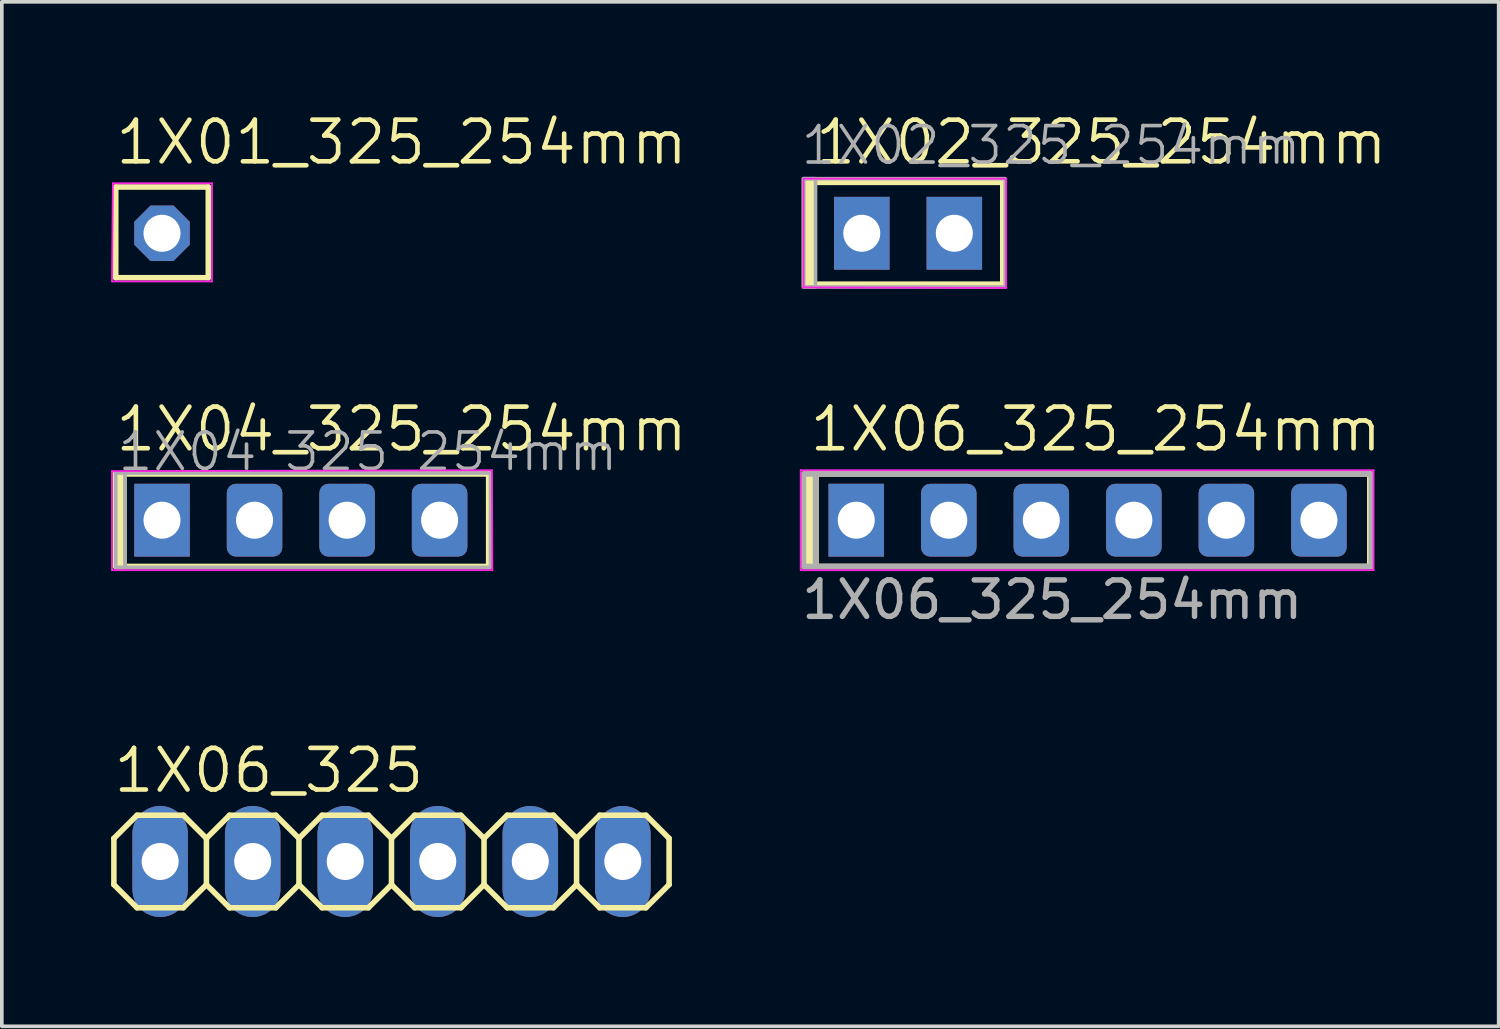
<source format=kicad_pcb>
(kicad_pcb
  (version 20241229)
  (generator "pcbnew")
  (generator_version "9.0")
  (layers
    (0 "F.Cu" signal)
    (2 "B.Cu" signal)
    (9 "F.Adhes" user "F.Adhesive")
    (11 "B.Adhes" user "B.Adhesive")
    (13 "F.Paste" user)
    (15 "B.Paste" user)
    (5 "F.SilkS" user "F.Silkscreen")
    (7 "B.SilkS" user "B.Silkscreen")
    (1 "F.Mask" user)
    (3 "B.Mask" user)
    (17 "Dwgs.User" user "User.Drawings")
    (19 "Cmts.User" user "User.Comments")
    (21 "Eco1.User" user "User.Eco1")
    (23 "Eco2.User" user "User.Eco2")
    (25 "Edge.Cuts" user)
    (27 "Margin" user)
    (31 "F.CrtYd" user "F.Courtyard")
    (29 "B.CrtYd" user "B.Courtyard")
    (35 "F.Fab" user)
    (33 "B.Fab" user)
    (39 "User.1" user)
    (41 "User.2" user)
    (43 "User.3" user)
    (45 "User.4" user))
  (footprint "1X01_325_254mm"
    (layer "F.Cu")
    (at 1.397 3.353)
    (property "Reference" "1X01_325_254mm" (at -1.346 -1.829 0) (unlocked yes) (layer "F.SilkS") (effects (font (size 1.143 1.143) (thickness 0.127)) (justify left bottom)))
    (attr through_hole)
    (fp_line (start -1.27 -1.27) (end -1.27 1.219) (stroke (width 0.152) (type solid)) (layer "F.SilkS"))
    (fp_line (start -1.27 -1.27) (end 1.27 -1.27) (stroke (width 0.152) (type solid)) (layer "F.SilkS"))
    (fp_line (start 1.27 -1.27) (end 1.27 1.219) (stroke (width 0.152) (type solid)) (layer "F.SilkS"))
    (fp_line (start 1.27 1.219) (end -1.27 1.219) (stroke (width 0.152) (type solid)) (layer "F.SilkS"))
    (fp_line (start -1.372 1.321) (end -1.348 -1.372) (stroke (width 0.05) (type default)) (layer "F.CrtYd"))
    (fp_line (start -1.348 -1.372) (end 1.372 -1.372) (stroke (width 0.05) (type default)) (layer "F.CrtYd"))
    (fp_line (start 1.372 -1.372) (end 1.372 1.321) (stroke (width 0.05) (type default)) (layer "F.CrtYd"))
    (fp_line (start 1.372 1.321) (end -1.372 1.321) (stroke (width 0.05) (type default)) (layer "F.CrtYd"))
    (fp_poly (pts (xy -0.254 0.254) (xy 0.254 0.254) (xy 0.254 -0.254) (xy -0.254 -0.254)) (stroke (width 0.1) (type default)) (fill no) (layer "F.Fab"))
    (pad "1" thru_hole roundrect (at 0 0) (size 1.524 1.524) (drill 1.016) (layers "*.Cu" "*.Mask") (roundrect_rratio 0.25) (chamfer_ratio 0.293) (chamfer top_left top_right bottom_left bottom_right)))
  (footprint "1X06_325_254mm"
    (layer "F.Cu")
    (at 26.803 11.229)
    (property "Reference" "1X06_325_254mm" (at -7.696 -1.829 0) (unlocked yes) (layer "F.SilkS") (effects (font (size 1.143 1.143) (thickness 0.127)) (justify left bottom)))
    (attr through_hole)
    (fp_line (start -7.455 -1.27) (end 7.747 -1.27) (stroke (width 0.152) (type solid)) (layer "F.SilkS"))
    (fp_line (start 7.747 -1.27) (end 7.747 1.27) (stroke (width 0.152) (type solid)) (layer "F.SilkS"))
    (fp_line (start 7.747 1.27) (end -7.455 1.27) (stroke (width 0.152) (type solid)) (layer "F.SilkS"))
    (fp_rect (start -7.785 -1.27) (end -7.455 1.27) (stroke (width 0.152) (type solid)) (fill yes) (layer "F.SilkS"))
    (fp_line (start -7.874 -1.372) (end 7.849 -1.372) (stroke (width 0.05) (type default)) (layer "F.CrtYd"))
    (fp_line (start -7.874 1.372) (end -7.874 -1.372) (stroke (width 0.05) (type default)) (layer "F.CrtYd"))
    (fp_line (start 7.849 -1.372) (end 7.849 1.372) (stroke (width 0.05) (type default)) (layer "F.CrtYd"))
    (fp_line (start 7.849 1.372) (end -7.874 1.372) (stroke (width 0.05) (type default)) (layer "F.CrtYd"))
    (fp_line (start -7.417 -1.27) (end 7.785 -1.27) (stroke (width 0.152) (type solid)) (layer "F.Fab"))
    (fp_line (start 7.785 -1.27) (end 7.785 1.27) (stroke (width 0.152) (type solid)) (layer "F.Fab"))
    (fp_line (start 7.785 1.27) (end -7.417 1.27) (stroke (width 0.152) (type solid)) (layer "F.Fab"))
    (fp_rect (start -7.798 -1.27) (end -7.468 1.27) (stroke (width 0.152) (type solid)) (fill no) (layer "F.Fab"))
    (fp_poly (pts (xy -6.604 0.254) (xy -6.096 0.254) (xy -6.096 -0.254) (xy -6.604 -0.254)) (stroke (width 0.1) (type default)) (fill no) (layer "F.Fab"))
    (fp_text user "${REFERENCE}" (at -7.925 2.769 0) (unlocked yes) (layer "F.Fab") (effects (font (size 1 1) (thickness 0.15)) (justify left bottom)))
    (pad "1" thru_hole rect (at -6.35 0 90) (size 2 1.524) (drill 1.016) (layers "*.Cu" "*.Mask"))
    (pad "2" thru_hole roundrect (at -3.81 0 90) (size 2 1.524) (drill 1.016) (layers "*.Cu" "*.Mask") (roundrect_rratio 0.164))
    (pad "3" thru_hole roundrect (at -1.27 0 90) (size 2 1.524) (drill 1.016) (layers "*.Cu" "*.Mask") (roundrect_rratio 0.164))
    (pad "4" thru_hole roundrect (at 1.27 0 90) (size 2 1.524) (drill 1.016) (layers "*.Cu" "*.Mask") (roundrect_rratio 0.164))
    (pad "5" thru_hole roundrect (at 3.81 0 90) (size 2 1.524) (drill 1.016) (layers "*.Cu" "*.Mask") (roundrect_rratio 0.164))
    (pad "6" thru_hole roundrect (at 6.35 0 90) (size 2 1.524) (drill 1.016) (layers "*.Cu" "*.Mask") (roundrect_rratio 0.164)))
  (footprint "1X06_325"
    (layer "F.Cu")
    (at 7.696 20.597)
    (property "Reference" "1X06_325" (at -7.696 -1.829 0) (unlocked yes) (layer "F.SilkS") (effects (font (size 1.143 1.143) (thickness 0.127)) (justify left bottom)))
    (fp_line (start -7.62 -0.635) (end -7.62 0.635) (stroke (width 0.152) (type solid)) (layer "F.SilkS"))
    (fp_line (start -7.62 0.635) (end -6.985 1.27) (stroke (width 0.152) (type solid)) (layer "F.SilkS"))
    (fp_line (start -6.985 -1.27) (end -7.62 -0.635) (stroke (width 0.152) (type solid)) (layer "F.SilkS"))
    (fp_line (start -6.985 -1.27) (end -5.715 -1.27) (stroke (width 0.152) (type solid)) (layer "F.SilkS"))
    (fp_line (start -5.715 -1.27) (end -5.08 -0.635) (stroke (width 0.152) (type solid)) (layer "F.SilkS"))
    (fp_line (start -5.715 1.27) (end -6.985 1.27) (stroke (width 0.152) (type solid)) (layer "F.SilkS"))
    (fp_line (start -5.08 -0.635) (end -5.08 0.635) (stroke (width 0.152) (type solid)) (layer "F.SilkS"))
    (fp_line (start -5.08 -0.635) (end -4.445 -1.27) (stroke (width 0.152) (type solid)) (layer "F.SilkS"))
    (fp_line (start -5.08 0.635) (end -5.715 1.27) (stroke (width 0.152) (type solid)) (layer "F.SilkS"))
    (fp_line (start -4.445 -1.27) (end -3.175 -1.27) (stroke (width 0.152) (type solid)) (layer "F.SilkS"))
    (fp_line (start -4.445 1.27) (end -5.08 0.635) (stroke (width 0.152) (type solid)) (layer "F.SilkS"))
    (fp_line (start -3.175 -1.27) (end -2.54 -0.635) (stroke (width 0.152) (type solid)) (layer "F.SilkS"))
    (fp_line (start -3.175 1.27) (end -4.445 1.27) (stroke (width 0.152) (type solid)) (layer "F.SilkS"))
    (fp_line (start -2.54 -0.635) (end -2.54 0.635) (stroke (width 0.152) (type solid)) (layer "F.SilkS"))
    (fp_line (start -2.54 -0.635) (end -1.905 -1.27) (stroke (width 0.152) (type solid)) (layer "F.SilkS"))
    (fp_line (start -2.54 0.635) (end -3.175 1.27) (stroke (width 0.152) (type solid)) (layer "F.SilkS"))
    (fp_line (start -1.905 -1.27) (end -0.635 -1.27) (stroke (width 0.152) (type solid)) (layer "F.SilkS"))
    (fp_line (start -1.905 1.27) (end -2.54 0.635) (stroke (width 0.152) (type solid)) (layer "F.SilkS"))
    (fp_line (start -0.635 -1.27) (end 0 -0.635) (stroke (width 0.152) (type solid)) (layer "F.SilkS"))
    (fp_line (start -0.635 1.27) (end -1.905 1.27) (stroke (width 0.152) (type solid)) (layer "F.SilkS"))
    (fp_line (start 0 -0.635) (end 0 0.635) (stroke (width 0.152) (type solid)) (layer "F.SilkS"))
    (fp_line (start 0 0.635) (end -0.635 1.27) (stroke (width 0.152) (type solid)) (layer "F.SilkS"))
    (fp_line (start 0 0.635) (end 0.635 1.27) (stroke (width 0.152) (type solid)) (layer "F.SilkS"))
    (fp_line (start 0.635 -1.27) (end 0 -0.635) (stroke (width 0.152) (type solid)) (layer "F.SilkS"))
    (fp_line (start 0.635 -1.27) (end 1.905 -1.27) (stroke (width 0.152) (type solid)) (layer "F.SilkS"))
    (fp_line (start 1.905 -1.27) (end 2.54 -0.635) (stroke (width 0.152) (type solid)) (layer "F.SilkS"))
    (fp_line (start 1.905 1.27) (end 0.635 1.27) (stroke (width 0.152) (type solid)) (layer "F.SilkS"))
    (fp_line (start 2.54 -0.635) (end 2.54 0.635) (stroke (width 0.152) (type solid)) (layer "F.SilkS"))
    (fp_line (start 2.54 -0.635) (end 3.175 -1.27) (stroke (width 0.152) (type solid)) (layer "F.SilkS"))
    (fp_line (start 2.54 0.635) (end 1.905 1.27) (stroke (width 0.152) (type solid)) (layer "F.SilkS"))
    (fp_line (start 3.175 -1.27) (end 4.445 -1.27) (stroke (width 0.152) (type solid)) (layer "F.SilkS"))
    (fp_line (start 3.175 1.27) (end 2.54 0.635) (stroke (width 0.152) (type solid)) (layer "F.SilkS"))
    (fp_line (start 4.445 -1.27) (end 5.08 -0.635) (stroke (width 0.152) (type solid)) (layer "F.SilkS"))
    (fp_line (start 4.445 1.27) (end 3.175 1.27) (stroke (width 0.152) (type solid)) (layer "F.SilkS"))
    (fp_line (start 5.08 -0.635) (end 5.08 0.635) (stroke (width 0.152) (type solid)) (layer "F.SilkS"))
    (fp_line (start 5.08 0.635) (end 4.445 1.27) (stroke (width 0.152) (type solid)) (layer "F.SilkS"))
    (fp_line (start 5.08 0.635) (end 5.715 1.27) (stroke (width 0.152) (type solid)) (layer "F.SilkS"))
    (fp_line (start 5.715 -1.27) (end 5.08 -0.635) (stroke (width 0.152) (type solid)) (layer "F.SilkS"))
    (fp_line (start 5.715 -1.27) (end 6.985 -1.27) (stroke (width 0.152) (type solid)) (layer "F.SilkS"))
    (fp_line (start 6.985 -1.27) (end 7.62 -0.635) (stroke (width 0.152) (type solid)) (layer "F.SilkS"))
    (fp_line (start 6.985 1.27) (end 5.715 1.27) (stroke (width 0.152) (type solid)) (layer "F.SilkS"))
    (fp_line (start 7.62 -0.635) (end 7.62 0.635) (stroke (width 0.152) (type solid)) (layer "F.SilkS"))
    (fp_line (start 7.62 0.635) (end 6.985 1.27) (stroke (width 0.152) (type solid)) (layer "F.SilkS"))
    (fp_poly (pts (xy -6.604 0.254) (xy -6.096 0.254) (xy -6.096 -0.254) (xy -6.604 -0.254)) (stroke (width 0.1) (type default)) (fill no) (layer "F.Fab"))
    (fp_poly (pts (xy -4.064 0.254) (xy -3.556 0.254) (xy -3.556 -0.254) (xy -4.064 -0.254)) (stroke (width 0.1) (type default)) (fill no) (layer "F.Fab"))
    (fp_poly (pts (xy -1.524 0.254) (xy -1.016 0.254) (xy -1.016 -0.254) (xy -1.524 -0.254)) (stroke (width 0.1) (type default)) (fill no) (layer "F.Fab"))
    (fp_poly (pts (xy 1.016 0.254) (xy 1.524 0.254) (xy 1.524 -0.254) (xy 1.016 -0.254)) (stroke (width 0.1) (type default)) (fill no) (layer "F.Fab"))
    (fp_poly (pts (xy 3.556 0.254) (xy 4.064 0.254) (xy 4.064 -0.254) (xy 3.556 -0.254)) (stroke (width 0.1) (type default)) (fill no) (layer "F.Fab"))
    (fp_poly (pts (xy 6.096 0.254) (xy 6.604 0.254) (xy 6.604 -0.254) (xy 6.096 -0.254)) (stroke (width 0.1) (type default)) (fill no) (layer "F.Fab"))
    (pad "1" thru_hole oval (at -6.35 0 90) (size 3.048 1.524) (drill 1.016) (layers "*.Cu" "*.Mask"))
    (pad "2" thru_hole oval (at -3.81 0 90) (size 3.048 1.524) (drill 1.016) (layers "*.Cu" "*.Mask"))
    (pad "3" thru_hole oval (at -1.27 0 90) (size 3.048 1.524) (drill 1.016) (layers "*.Cu" "*.Mask"))
    (pad "4" thru_hole oval (at 1.27 0 90) (size 3.048 1.524) (drill 1.016) (layers "*.Cu" "*.Mask"))
    (pad "5" thru_hole oval (at 3.81 0 90) (size 3.048 1.524) (drill 1.016) (layers "*.Cu" "*.Mask"))
    (pad "6" thru_hole oval (at 6.35 0 90) (size 3.048 1.524) (drill 1.016) (layers "*.Cu" "*.Mask")))
  (footprint "1X04_325_254mm"
    (layer "F.Cu")
    (at 5.207 11.229)
    (property "Reference" "1X04_325_254mm" (at -5.156 -1.829 0) (unlocked yes) (layer "F.SilkS") (effects (font (size 1.143 1.143) (thickness 0.127)) (justify left bottom)))
    (attr through_hole)
    (fp_line (start -5.08 -1.27) (end 5.156 -1.27) (stroke (width 0.152) (type solid)) (layer "F.SilkS"))
    (fp_line (start -5.08 1.27) (end 5.156 1.27) (stroke (width 0.152) (type solid)) (layer "F.SilkS"))
    (fp_line (start 5.156 -1.27) (end 5.156 1.27) (stroke (width 0.152) (type solid)) (layer "F.SilkS"))
    (fp_rect (start -5.08 -1.27) (end -4.877 1.27) (stroke (width 0.152) (type solid)) (fill yes) (layer "F.SilkS"))
    (fp_rect (start 5.156 -1.27) (end 5.156 1.27) (stroke (width 0.1) (type default)) (fill no) (layer "F.SilkS"))
    (fp_line (start -5.182 -1.346) (end -5.182 1.372) (stroke (width 0.05) (type default)) (layer "F.CrtYd"))
    (fp_line (start -5.182 1.372) (end 5.258 1.372) (stroke (width 0.05) (type default)) (layer "F.CrtYd"))
    (fp_line (start 5.245 -1.372) (end 5.258 1.372) (stroke (width 0.05) (type default)) (layer "F.CrtYd"))
    (fp_line (start 5.246 -1.372) (end -5.182 -1.346) (stroke (width 0.05) (type default)) (layer "F.CrtYd"))
    (fp_rect (start -5.08 -1.295) (end -4.826 1.295) (stroke (width 0.1) (type solid)) (fill no) (layer "F.Fab"))
    (fp_rect (start -4.826 -1.295) (end 5.207 1.295) (stroke (width 0.1) (type default)) (fill no) (layer "F.Fab"))
    (fp_poly (pts (xy -1.524 0.254) (xy -1.016 0.254) (xy -1.016 -0.254) (xy -1.524 -0.254)) (stroke (width 0.1) (type default)) (fill no) (layer "F.Fab"))
    (fp_text user "${REFERENCE}" (at -5.08 -1.295 0) (unlocked yes) (layer "F.Fab") (effects (font (size 1 1) (thickness 0.1)) (justify left bottom)))
    (pad "1" thru_hole rect (at -3.81 0 90) (size 2 1.524) (drill 1.016) (layers "*.Cu" "*.Mask"))
    (pad "2" thru_hole roundrect (at -1.27 0 90) (size 2 1.524) (drill 1.016) (layers "*.Cu" "*.Mask") (roundrect_rratio 0.164))
    (pad "3" thru_hole roundrect (at 1.27 0 90) (size 2 1.524) (drill 1.016) (layers "*.Cu" "*.Mask") (roundrect_rratio 0.164))
    (pad "4" thru_hole roundrect (at 3.81 0 90) (size 2 1.524) (drill 1.016) (layers "*.Cu" "*.Mask") (roundrect_rratio 0.164)))
  (footprint "1X02_325_254mm"
    (layer "F.Cu")
    (at 21.875 3.353)
    (property "Reference" "1X02_325_254mm" (at -2.616 -1.829 0) (unlocked yes) (layer "F.SilkS") (effects (font (size 1.143 1.143) (thickness 0.127)) (justify left bottom)))
    (attr through_hole)
    (fp_line (start -2.6 -1.397) (end -2.6 1.397) (stroke (width 0.152) (type solid)) (layer "F.SilkS"))
    (fp_line (start -2.578 1.397) (end 2.6 1.397) (stroke (width 0.152) (type solid)) (layer "F.SilkS"))
    (fp_line (start 2.6 -1.397) (end -2.591 -1.397) (stroke (width 0.152) (type solid)) (layer "F.SilkS"))
    (fp_line (start 2.6 -1.397) (end 2.6 1.397) (stroke (width 0.152) (type solid)) (layer "F.SilkS"))
    (fp_rect (start -2.764 -1.397) (end -2.595 1.397) (stroke (width 0.152) (type solid)) (fill yes) (layer "F.SilkS"))
    (fp_rect (start -2.6 -1.397) (end -2.591 -1.397) (stroke (width 0.1) (type default)) (fill no) (layer "F.SilkS"))
    (fp_line (start -2.87 -1.499) (end 2.692 -1.499) (stroke (width 0.05) (type default)) (layer "F.CrtYd"))
    (fp_line (start -2.87 1.486) (end -2.87 -1.486) (stroke (width 0.05) (type default)) (layer "F.CrtYd"))
    (fp_line (start 2.692 -1.499) (end 2.692 1.499) (stroke (width 0.05) (type default)) (layer "F.CrtYd"))
    (fp_line (start 2.692 1.499) (end -2.87 1.486) (stroke (width 0.05) (type default)) (layer "F.CrtYd"))
    (fp_rect (start -2.87 -1.499) (end -2.54 1.473) (stroke (width 0.1) (type default)) (fill no) (layer "F.Fab"))
    (fp_rect (start -2.87 -1.499) (end 2.667 1.473) (stroke (width 0.1) (type default)) (fill no) (layer "F.Fab"))
    (fp_poly (pts (xy -1.524 0.254) (xy -1.016 0.254) (xy -1.016 -0.254) (xy -1.524 -0.254)) (stroke (width 0.1) (type default)) (fill no) (layer "F.Fab"))
    (fp_poly (pts (xy 1.016 0.254) (xy 1.524 0.254) (xy 1.524 -0.254) (xy 1.016 -0.254)) (stroke (width 0.1) (type default)) (fill no) (layer "F.Fab"))
    (fp_text user "${REFERENCE}" (at -2.997 -1.829 0) (unlocked yes) (layer "F.Fab") (effects (font (size 1 1) (thickness 0.1)) (justify left bottom)))
    (pad "1" thru_hole rect (at -1.27 0 90) (size 2 1.524) (drill 1.016) (layers "*.Cu" "*.Mask"))
    (pad "2" thru_hole rect (at 1.27 0 90) (size 2 1.524) (drill 1.016) (layers "*.Cu" "*.Mask")))
  (gr_rect
    (start -3 -3)
    (end 38.087 25.121)
    (stroke (width 0.1) (type default))
    (fill no)
    (layer "Edge.Cuts")))
</source>
